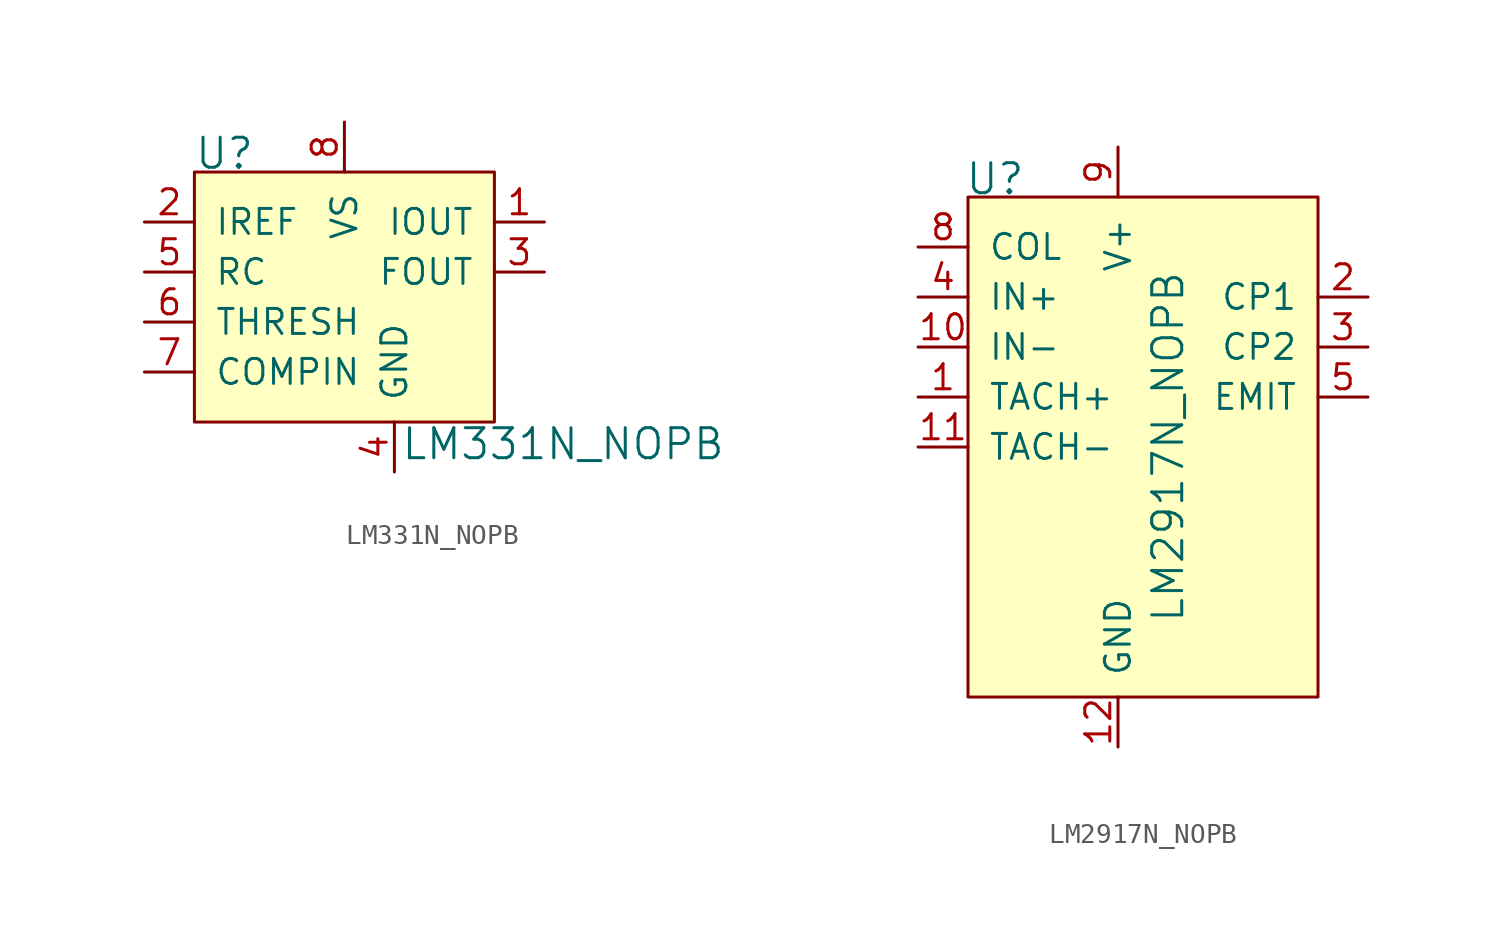
<source format=kicad_sym>
(kicad_symbol_lib
  (version 20211014)
  (generator kicad_symbol_editor)
  (symbol "LM331N_NOPB"
    (pin_names
      (offset 1.016))
    (property "Reference" "U"
      (at -7.645 0.94 0)
      (effects (font (size 1.524 1.524)) (justify left)))
    (property "Value" "LM331N_NOPB"
      (at 2.845 -13.818 0)
      (effects (font (size 1.524 1.524)) (justify left)))
    (symbol "LM331N_NOPB_0_1"
      (rectangle (start -7.62 0) (end 7.62 -12.7) (stroke (width 0) (type default) (color 0 0 0 0)) (fill (type background))))
    (symbol "LM331N_NOPB_1_1"
      (pin output line (at 10.16 -2.54 180) (length 2.54) (name "IOUT" (effects (font (size 1.27 1.27)))) (number "1" (effects (font (size 1.27 1.27)))))
      (pin input line (at -10.16 -2.54 0) (length 2.54) (name "IREF" (effects (font (size 1.27 1.27)))) (number "2" (effects (font (size 1.27 1.27)))))
      (pin output line (at 10.16 -5.08 180) (length 2.54) (name "FOUT" (effects (font (size 1.27 1.27)))) (number "3" (effects (font (size 1.27 1.27)))))
      (pin power_in line (at 2.54 -15.24 90) (length 2.54) (name "GND" (effects (font (size 1.27 1.27)))) (number "4" (effects (font (size 1.27 1.27)))))
      (pin input line (at -10.16 -5.08 0) (length 2.54) (name "RC" (effects (font (size 1.27 1.27)))) (number "5" (effects (font (size 1.27 1.27)))))
      (pin input line (at -10.16 -7.62 0) (length 2.54) (name "THRESH" (effects (font (size 1.27 1.27)))) (number "6" (effects (font (size 1.27 1.27)))))
      (pin input line (at -10.16 -10.16 0) (length 2.54) (name "COMPIN" (effects (font (size 1.27 1.27)))) (number "7" (effects (font (size 1.27 1.27)))))
      (pin power_in line (at 0 2.54 270) (length 2.54) (name "VS" (effects (font (size 1.27 1.27)))) (number "8" (effects (font (size 1.27 1.27)))))))
  (symbol "LM2917N_NOPB"
    (pin_names
      (offset 1.016))
    (property "Reference" "U"
      (at -7.798 11.074 0)
      (effects (font (size 1.524 1.524)) (justify left)))
    (property "Value" "LM2917N_NOPB"
      (at 2.54 -2.54 90)
      (effects (font (size 1.524 1.524))))
    (symbol "LM2917N_NOPB_0_1"
      (rectangle (start -7.62 10.16) (end 10.16 -15.24) (stroke (width 0) (type default) (color 0 0 0 0)) (fill (type background))))
    (symbol "LM2917N_NOPB_1_1"
      (pin input line (at -10.16 0 0) (length 2.54) (name "TACH+" (effects (font (size 1.27 1.27)))) (number "1" (effects (font (size 1.27 1.27)))))
      (pin input line (at -10.16 2.54 0) (length 2.54) (name "IN-" (effects (font (size 1.27 1.27)))) (number "10" (effects (font (size 1.27 1.27)))))
      (pin input line (at -10.16 -2.54 0) (length 2.54) (name "TACH-" (effects (font (size 1.27 1.27)))) (number "11" (effects (font (size 1.27 1.27)))))
      (pin power_in line (at 0 -17.78 90) (length 2.54) (name "GND" (effects (font (size 1.27 1.27)))) (number "12" (effects (font (size 1.27 1.27)))))
      (pin no_connect line (at -7.62 -10.16 0) (length 2.54) hide (name "NC" (effects (font (size 1.27 1.27)))) (number "13" (effects (font (size 1.27 1.27)))))
      (pin no_connect line (at -7.62 -12.7 0) (length 2.54) hide (name "NC" (effects (font (size 1.27 1.27)))) (number "14" (effects (font (size 1.27 1.27)))))
      (pin output line (at 12.7 5.08 180) (length 2.54) (name "CP1" (effects (font (size 1.27 1.27)))) (number "2" (effects (font (size 1.27 1.27)))))
      (pin output line (at 12.7 2.54 180) (length 2.54) (name "CP2" (effects (font (size 1.27 1.27)))) (number "3" (effects (font (size 1.27 1.27)))))
      (pin input line (at -10.16 5.08 0) (length 2.54) (name "IN+" (effects (font (size 1.27 1.27)))) (number "4" (effects (font (size 1.27 1.27)))))
      (pin output line (at 12.7 0 180) (length 2.54) (name "EMIT" (effects (font (size 1.27 1.27)))) (number "5" (effects (font (size 1.27 1.27)))))
      (pin no_connect line (at -7.62 -5.08 0) (length 2.54) hide (name "NC" (effects (font (size 1.27 1.27)))) (number "6" (effects (font (size 1.27 1.27)))))
      (pin no_connect line (at -7.62 -7.62 0) (length 2.54) hide (name "NC" (effects (font (size 1.27 1.27)))) (number "7" (effects (font (size 1.27 1.27)))))
      (pin input line (at -10.16 7.62 0) (length 2.54) (name "COL" (effects (font (size 1.27 1.27)))) (number "8" (effects (font (size 1.27 1.27)))))
      (pin power_in line (at 0 12.7 270) (length 2.54) (name "V+" (effects (font (size 1.27 1.27)))) (number "9" (effects (font (size 1.27 1.27))))))))
</source>
